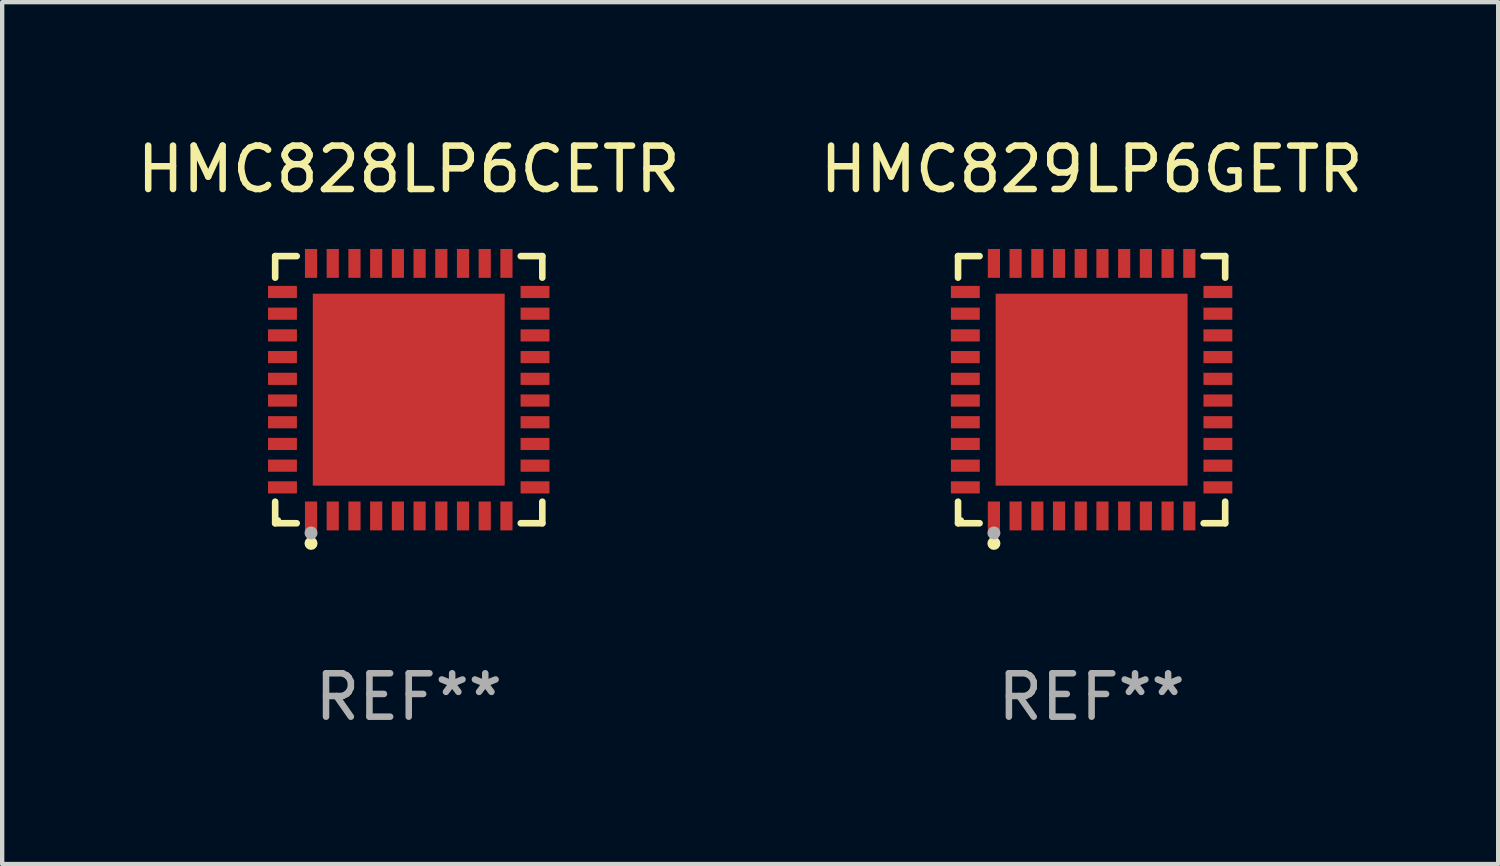
<source format=kicad_pcb>
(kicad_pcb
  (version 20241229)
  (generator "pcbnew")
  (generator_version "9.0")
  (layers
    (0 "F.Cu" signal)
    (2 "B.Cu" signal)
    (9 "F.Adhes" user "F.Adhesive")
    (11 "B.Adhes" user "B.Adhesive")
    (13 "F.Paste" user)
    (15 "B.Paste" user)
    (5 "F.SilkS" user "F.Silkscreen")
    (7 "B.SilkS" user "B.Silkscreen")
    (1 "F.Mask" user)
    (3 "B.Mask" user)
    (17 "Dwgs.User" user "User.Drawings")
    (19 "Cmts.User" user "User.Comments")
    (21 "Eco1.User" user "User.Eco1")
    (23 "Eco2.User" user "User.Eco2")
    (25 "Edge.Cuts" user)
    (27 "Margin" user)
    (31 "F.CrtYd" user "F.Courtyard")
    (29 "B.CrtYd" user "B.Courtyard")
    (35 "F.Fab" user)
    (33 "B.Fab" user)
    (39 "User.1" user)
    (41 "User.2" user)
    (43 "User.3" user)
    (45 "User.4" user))
  (footprint "HMC829LP6GETR"
    (layer "F.Cu")
    (at 22.089 5.924)
    (property "Reference" "HMC829LP6GETR" (at 0 -5.076 0) (layer "F.SilkS") (effects (font (size 1 1) (thickness 0.15))))
    (attr through_hole)
    (fp_line (start -3.076 -3.076) (end -2.58 -3.076) (stroke (width 0.152) (type solid)) (layer "F.SilkS"))
    (fp_line (start -3.076 -2.58) (end -3.076 -3.076) (stroke (width 0.152) (type solid)) (layer "F.SilkS"))
    (fp_line (start -3.076 2.58) (end -3.076 3.076) (stroke (width 0.152) (type solid)) (layer "F.SilkS"))
    (fp_line (start -3.076 3.076) (end -2.58 3.076) (stroke (width 0.152) (type solid)) (layer "F.SilkS"))
    (fp_line (start 3.076 -3.076) (end 2.58 -3.076) (stroke (width 0.152) (type solid)) (layer "F.SilkS"))
    (fp_line (start 3.076 -2.58) (end 3.076 -3.076) (stroke (width 0.152) (type solid)) (layer "F.SilkS"))
    (fp_line (start 3.076 2.58) (end 3.076 3.076) (stroke (width 0.152) (type solid)) (layer "F.SilkS"))
    (fp_line (start 3.076 3.076) (end 2.58 3.076) (stroke (width 0.152) (type solid)) (layer "F.SilkS"))
    (fp_circle (center -3 3) (end -2.97 3) (stroke (width 0.06) (type solid)) (fill no) (layer "F.SilkS"))
    (fp_circle (center -2.25 3.54) (end -2.175 3.54) (stroke (width 0.15) (type solid)) (fill no) (layer "F.SilkS"))
    (fp_circle (center -2.25 3.3) (end -2.175 3.3) (stroke (width 0.15) (type solid)) (fill no) (layer "F.Fab"))
    (fp_text user "REF**" (at 0 7.076 0) (layer "F.Fab") (effects (font (size 1 1) (thickness 0.15))))
    (pad "1" smd rect (at -2.25 2.908) (size 0.28 0.665) (layers "F.Cu" "F.Mask" "F.Paste"))
    (pad "2" smd rect (at -1.75 2.908) (size 0.28 0.665) (layers "F.Cu" "F.Mask" "F.Paste"))
    (pad "3" smd rect (at -1.25 2.908) (size 0.28 0.665) (layers "F.Cu" "F.Mask" "F.Paste"))
    (pad "4" smd rect (at -0.75 2.908) (size 0.28 0.665) (layers "F.Cu" "F.Mask" "F.Paste"))
    (pad "5" smd rect (at -0.25 2.908) (size 0.28 0.665) (layers "F.Cu" "F.Mask" "F.Paste"))
    (pad "6" smd rect (at 0.25 2.908) (size 0.28 0.665) (layers "F.Cu" "F.Mask" "F.Paste"))
    (pad "7" smd rect (at 0.75 2.908) (size 0.28 0.665) (layers "F.Cu" "F.Mask" "F.Paste"))
    (pad "8" smd rect (at 1.25 2.908) (size 0.28 0.665) (layers "F.Cu" "F.Mask" "F.Paste"))
    (pad "9" smd rect (at 1.75 2.908) (size 0.28 0.665) (layers "F.Cu" "F.Mask" "F.Paste"))
    (pad "10" smd rect (at 2.25 2.908) (size 0.28 0.665) (layers "F.Cu" "F.Mask" "F.Paste"))
    (pad "11" smd rect (at 2.908 2.25) (size 0.665 0.28) (layers "F.Cu" "F.Mask" "F.Paste"))
    (pad "12" smd rect (at 2.908 1.75) (size 0.665 0.28) (layers "F.Cu" "F.Mask" "F.Paste"))
    (pad "13" smd rect (at 2.908 1.25) (size 0.665 0.28) (layers "F.Cu" "F.Mask" "F.Paste"))
    (pad "14" smd rect (at 2.908 0.75) (size 0.665 0.28) (layers "F.Cu" "F.Mask" "F.Paste"))
    (pad "15" smd rect (at 2.908 0.25) (size 0.665 0.28) (layers "F.Cu" "F.Mask" "F.Paste"))
    (pad "16" smd rect (at 2.908 -0.25) (size 0.665 0.28) (layers "F.Cu" "F.Mask" "F.Paste"))
    (pad "17" smd rect (at 2.908 -0.75) (size 0.665 0.28) (layers "F.Cu" "F.Mask" "F.Paste"))
    (pad "18" smd rect (at 2.908 -1.25) (size 0.665 0.28) (layers "F.Cu" "F.Mask" "F.Paste"))
    (pad "19" smd rect (at 2.908 -1.75) (size 0.665 0.28) (layers "F.Cu" "F.Mask" "F.Paste"))
    (pad "20" smd rect (at 2.908 -2.25) (size 0.665 0.28) (layers "F.Cu" "F.Mask" "F.Paste"))
    (pad "21" smd rect (at 2.25 -2.908) (size 0.28 0.665) (layers "F.Cu" "F.Mask" "F.Paste"))
    (pad "22" smd rect (at 1.75 -2.908) (size 0.28 0.665) (layers "F.Cu" "F.Mask" "F.Paste"))
    (pad "23" smd rect (at 1.25 -2.908) (size 0.28 0.665) (layers "F.Cu" "F.Mask" "F.Paste"))
    (pad "24" smd rect (at 0.75 -2.908) (size 0.28 0.665) (layers "F.Cu" "F.Mask" "F.Paste"))
    (pad "25" smd rect (at 0.25 -2.908) (size 0.28 0.665) (layers "F.Cu" "F.Mask" "F.Paste"))
    (pad "26" smd rect (at -0.25 -2.908) (size 0.28 0.665) (layers "F.Cu" "F.Mask" "F.Paste"))
    (pad "27" smd rect (at -0.75 -2.908) (size 0.28 0.665) (layers "F.Cu" "F.Mask" "F.Paste"))
    (pad "28" smd rect (at -1.25 -2.908) (size 0.28 0.665) (layers "F.Cu" "F.Mask" "F.Paste"))
    (pad "29" smd rect (at -1.75 -2.908) (size 0.28 0.665) (layers "F.Cu" "F.Mask" "F.Paste"))
    (pad "30" smd rect (at -2.25 -2.908) (size 0.28 0.665) (layers "F.Cu" "F.Mask" "F.Paste"))
    (pad "31" smd rect (at -2.908 -2.25) (size 0.665 0.28) (layers "F.Cu" "F.Mask" "F.Paste"))
    (pad "32" smd rect (at -2.908 -1.75) (size 0.665 0.28) (layers "F.Cu" "F.Mask" "F.Paste"))
    (pad "33" smd rect (at -2.908 -1.25) (size 0.665 0.28) (layers "F.Cu" "F.Mask" "F.Paste"))
    (pad "34" smd rect (at -2.908 -0.75) (size 0.665 0.28) (layers "F.Cu" "F.Mask" "F.Paste"))
    (pad "35" smd rect (at -2.908 -0.25) (size 0.665 0.28) (layers "F.Cu" "F.Mask" "F.Paste"))
    (pad "36" smd rect (at -2.908 0.25) (size 0.665 0.28) (layers "F.Cu" "F.Mask" "F.Paste"))
    (pad "37" smd rect (at -2.908 0.75) (size 0.665 0.28) (layers "F.Cu" "F.Mask" "F.Paste"))
    (pad "38" smd rect (at -2.908 1.25) (size 0.665 0.28) (layers "F.Cu" "F.Mask" "F.Paste"))
    (pad "39" smd rect (at -2.908 1.75) (size 0.665 0.28) (layers "F.Cu" "F.Mask" "F.Paste"))
    (pad "40" smd rect (at -2.908 2.25) (size 0.665 0.28) (layers "F.Cu" "F.Mask" "F.Paste"))
    (pad "41" smd rect (at 0 0) (size 4.42 4.42) (layers "F.Cu" "F.Mask" "F.Paste")))
  (footprint "HMC828LP6CETR"
    (layer "F.Cu")
    (at 6.363 5.924)
    (property "Reference" "HMC828LP6CETR" (at 0 -5.076 0) (layer "F.SilkS") (effects (font (size 1 1) (thickness 0.15))))
    (attr through_hole)
    (fp_line (start -3.076 -3.076) (end -2.58 -3.076) (stroke (width 0.152) (type solid)) (layer "F.SilkS"))
    (fp_line (start -3.076 -2.58) (end -3.076 -3.076) (stroke (width 0.152) (type solid)) (layer "F.SilkS"))
    (fp_line (start -3.076 2.58) (end -3.076 3.076) (stroke (width 0.152) (type solid)) (layer "F.SilkS"))
    (fp_line (start -3.076 3.076) (end -2.58 3.076) (stroke (width 0.152) (type solid)) (layer "F.SilkS"))
    (fp_line (start 3.076 -3.076) (end 2.58 -3.076) (stroke (width 0.152) (type solid)) (layer "F.SilkS"))
    (fp_line (start 3.076 -2.58) (end 3.076 -3.076) (stroke (width 0.152) (type solid)) (layer "F.SilkS"))
    (fp_line (start 3.076 2.58) (end 3.076 3.076) (stroke (width 0.152) (type solid)) (layer "F.SilkS"))
    (fp_line (start 3.076 3.076) (end 2.58 3.076) (stroke (width 0.152) (type solid)) (layer "F.SilkS"))
    (fp_circle (center -3 3) (end -2.97 3) (stroke (width 0.06) (type solid)) (fill no) (layer "F.SilkS"))
    (fp_circle (center -2.25 3.54) (end -2.175 3.54) (stroke (width 0.15) (type solid)) (fill no) (layer "F.SilkS"))
    (fp_circle (center -2.25 3.3) (end -2.175 3.3) (stroke (width 0.15) (type solid)) (fill no) (layer "F.Fab"))
    (fp_text user "REF**" (at 0 7.076 0) (layer "F.Fab") (effects (font (size 1 1) (thickness 0.15))))
    (pad "1" smd rect (at -2.25 2.908) (size 0.28 0.665) (layers "F.Cu" "F.Mask" "F.Paste"))
    (pad "2" smd rect (at -1.75 2.908) (size 0.28 0.665) (layers "F.Cu" "F.Mask" "F.Paste"))
    (pad "3" smd rect (at -1.25 2.908) (size 0.28 0.665) (layers "F.Cu" "F.Mask" "F.Paste"))
    (pad "4" smd rect (at -0.75 2.908) (size 0.28 0.665) (layers "F.Cu" "F.Mask" "F.Paste"))
    (pad "5" smd rect (at -0.25 2.908) (size 0.28 0.665) (layers "F.Cu" "F.Mask" "F.Paste"))
    (pad "6" smd rect (at 0.25 2.908) (size 0.28 0.665) (layers "F.Cu" "F.Mask" "F.Paste"))
    (pad "7" smd rect (at 0.75 2.908) (size 0.28 0.665) (layers "F.Cu" "F.Mask" "F.Paste"))
    (pad "8" smd rect (at 1.25 2.908) (size 0.28 0.665) (layers "F.Cu" "F.Mask" "F.Paste"))
    (pad "9" smd rect (at 1.75 2.908) (size 0.28 0.665) (layers "F.Cu" "F.Mask" "F.Paste"))
    (pad "10" smd rect (at 2.25 2.908) (size 0.28 0.665) (layers "F.Cu" "F.Mask" "F.Paste"))
    (pad "11" smd rect (at 2.908 2.25) (size 0.665 0.28) (layers "F.Cu" "F.Mask" "F.Paste"))
    (pad "12" smd rect (at 2.908 1.75) (size 0.665 0.28) (layers "F.Cu" "F.Mask" "F.Paste"))
    (pad "13" smd rect (at 2.908 1.25) (size 0.665 0.28) (layers "F.Cu" "F.Mask" "F.Paste"))
    (pad "14" smd rect (at 2.908 0.75) (size 0.665 0.28) (layers "F.Cu" "F.Mask" "F.Paste"))
    (pad "15" smd rect (at 2.908 0.25) (size 0.665 0.28) (layers "F.Cu" "F.Mask" "F.Paste"))
    (pad "16" smd rect (at 2.908 -0.25) (size 0.665 0.28) (layers "F.Cu" "F.Mask" "F.Paste"))
    (pad "17" smd rect (at 2.908 -0.75) (size 0.665 0.28) (layers "F.Cu" "F.Mask" "F.Paste"))
    (pad "18" smd rect (at 2.908 -1.25) (size 0.665 0.28) (layers "F.Cu" "F.Mask" "F.Paste"))
    (pad "19" smd rect (at 2.908 -1.75) (size 0.665 0.28) (layers "F.Cu" "F.Mask" "F.Paste"))
    (pad "20" smd rect (at 2.908 -2.25) (size 0.665 0.28) (layers "F.Cu" "F.Mask" "F.Paste"))
    (pad "21" smd rect (at 2.25 -2.908) (size 0.28 0.665) (layers "F.Cu" "F.Mask" "F.Paste"))
    (pad "22" smd rect (at 1.75 -2.908) (size 0.28 0.665) (layers "F.Cu" "F.Mask" "F.Paste"))
    (pad "23" smd rect (at 1.25 -2.908) (size 0.28 0.665) (layers "F.Cu" "F.Mask" "F.Paste"))
    (pad "24" smd rect (at 0.75 -2.908) (size 0.28 0.665) (layers "F.Cu" "F.Mask" "F.Paste"))
    (pad "25" smd rect (at 0.25 -2.908) (size 0.28 0.665) (layers "F.Cu" "F.Mask" "F.Paste"))
    (pad "26" smd rect (at -0.25 -2.908) (size 0.28 0.665) (layers "F.Cu" "F.Mask" "F.Paste"))
    (pad "27" smd rect (at -0.75 -2.908) (size 0.28 0.665) (layers "F.Cu" "F.Mask" "F.Paste"))
    (pad "28" smd rect (at -1.25 -2.908) (size 0.28 0.665) (layers "F.Cu" "F.Mask" "F.Paste"))
    (pad "29" smd rect (at -1.75 -2.908) (size 0.28 0.665) (layers "F.Cu" "F.Mask" "F.Paste"))
    (pad "30" smd rect (at -2.25 -2.908) (size 0.28 0.665) (layers "F.Cu" "F.Mask" "F.Paste"))
    (pad "31" smd rect (at -2.908 -2.25) (size 0.665 0.28) (layers "F.Cu" "F.Mask" "F.Paste"))
    (pad "32" smd rect (at -2.908 -1.75) (size 0.665 0.28) (layers "F.Cu" "F.Mask" "F.Paste"))
    (pad "33" smd rect (at -2.908 -1.25) (size 0.665 0.28) (layers "F.Cu" "F.Mask" "F.Paste"))
    (pad "34" smd rect (at -2.908 -0.75) (size 0.665 0.28) (layers "F.Cu" "F.Mask" "F.Paste"))
    (pad "35" smd rect (at -2.908 -0.25) (size 0.665 0.28) (layers "F.Cu" "F.Mask" "F.Paste"))
    (pad "36" smd rect (at -2.908 0.25) (size 0.665 0.28) (layers "F.Cu" "F.Mask" "F.Paste"))
    (pad "37" smd rect (at -2.908 0.75) (size 0.665 0.28) (layers "F.Cu" "F.Mask" "F.Paste"))
    (pad "38" smd rect (at -2.908 1.25) (size 0.665 0.28) (layers "F.Cu" "F.Mask" "F.Paste"))
    (pad "39" smd rect (at -2.908 1.75) (size 0.665 0.28) (layers "F.Cu" "F.Mask" "F.Paste"))
    (pad "40" smd rect (at -2.908 2.25) (size 0.665 0.28) (layers "F.Cu" "F.Mask" "F.Paste"))
    (pad "41" smd rect (at 0 0) (size 4.42 4.42) (layers "F.Cu" "F.Mask" "F.Paste")))
  (gr_rect
    (start -3 -3)
    (end 31.452 16.849)
    (stroke (width 0.1) (type default))
    (fill no)
    (layer "Edge.Cuts")))
</source>
